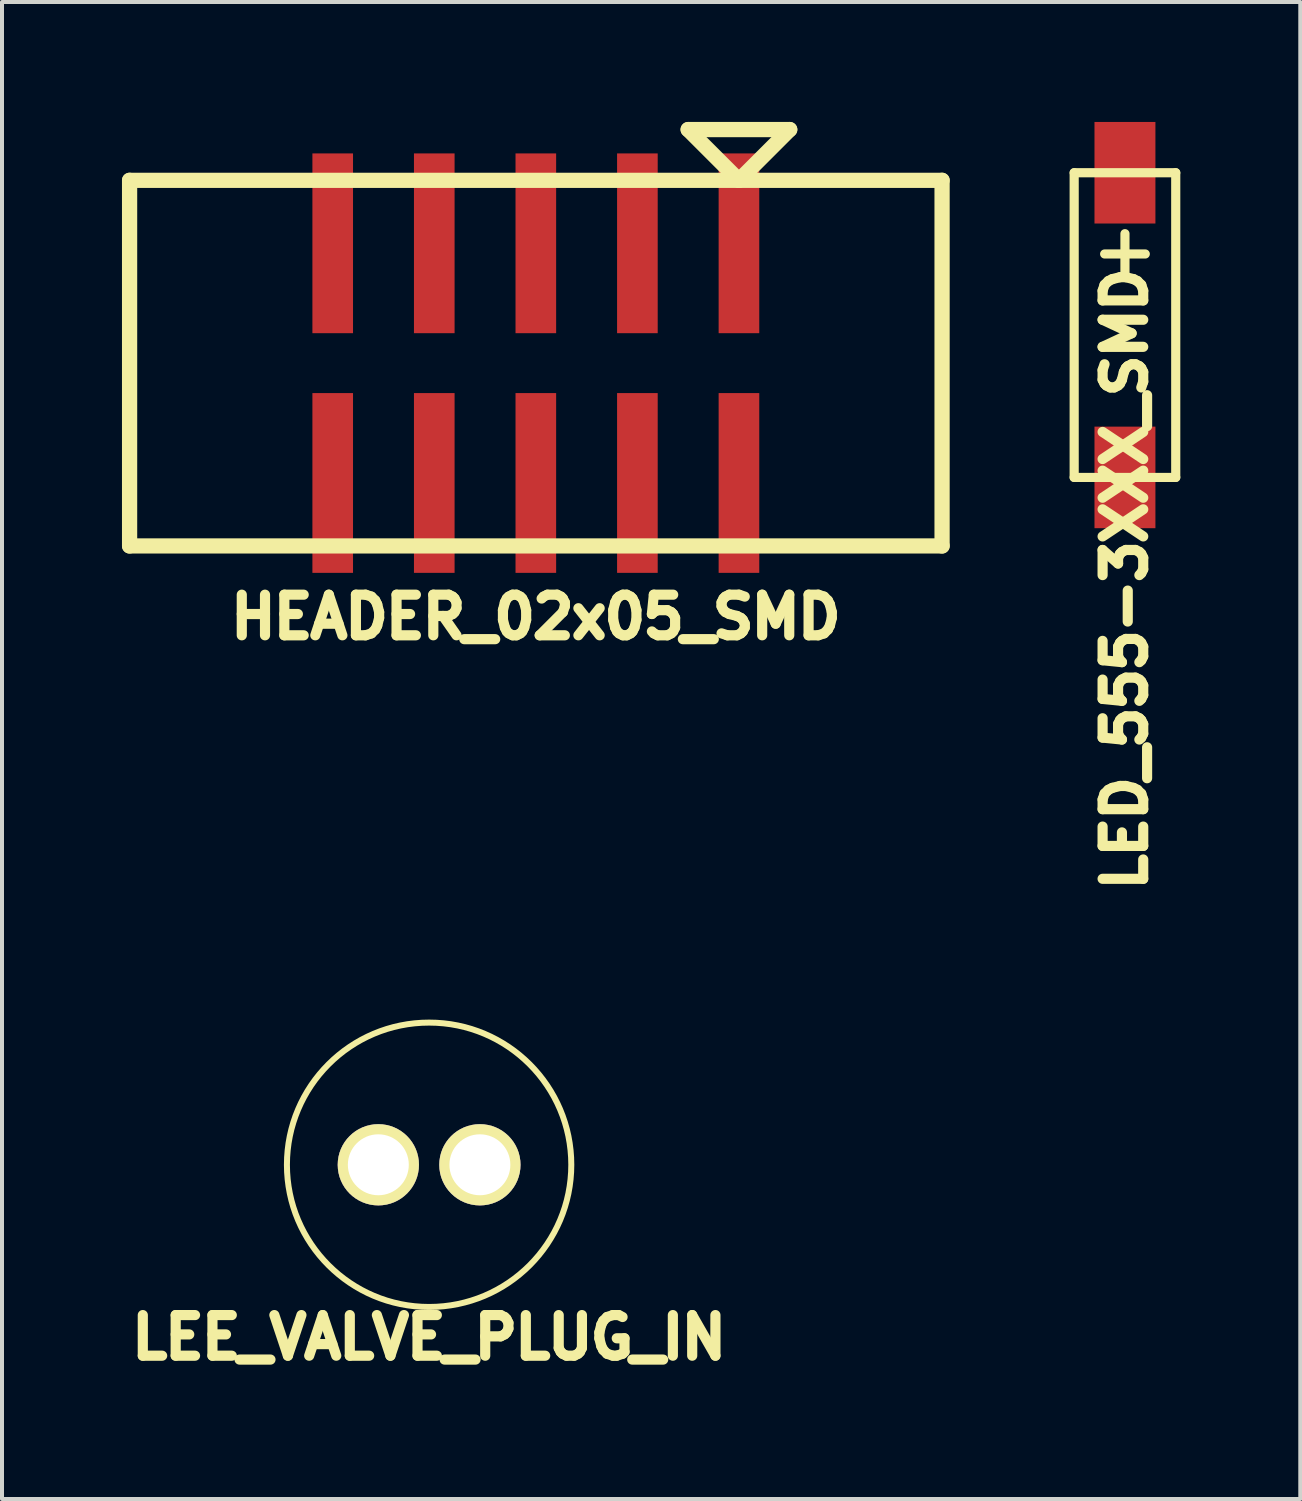
<source format=kicad_pcb>
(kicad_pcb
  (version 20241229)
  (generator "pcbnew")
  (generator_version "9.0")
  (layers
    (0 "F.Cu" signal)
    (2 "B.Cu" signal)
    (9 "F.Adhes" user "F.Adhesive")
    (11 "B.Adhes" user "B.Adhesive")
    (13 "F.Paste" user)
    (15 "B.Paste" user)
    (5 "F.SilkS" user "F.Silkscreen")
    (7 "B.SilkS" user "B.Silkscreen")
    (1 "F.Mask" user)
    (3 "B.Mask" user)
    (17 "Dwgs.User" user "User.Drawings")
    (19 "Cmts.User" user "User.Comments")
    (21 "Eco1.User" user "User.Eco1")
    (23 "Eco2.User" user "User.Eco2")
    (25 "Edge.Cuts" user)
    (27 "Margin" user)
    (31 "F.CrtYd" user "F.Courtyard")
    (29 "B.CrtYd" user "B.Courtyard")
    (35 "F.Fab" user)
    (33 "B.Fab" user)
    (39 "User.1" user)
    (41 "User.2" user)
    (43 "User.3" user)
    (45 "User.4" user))
  (footprint "LEE_VALVE_PLUG_IN"
    (layer "F.Cu")
    (at 7.682 26.081)
    (property "Reference" "LEE_VALVE_PLUG_IN" (at 0 4.318 0) (layer "F.SilkS") (effects (font (size 1.016 1.016) (thickness 0.254))))
    (attr through_hole)
    (fp_circle (center 0 0) (end 0 -3.556) (stroke (width 0.15) (type solid)) (fill no) (layer "F.SilkS"))
    (pad "1" thru_hole circle (at -1.27 0) (size 2.032 2.032) (drill 1.524) (layers "*.Cu" "*.Mask" "F.SilkS"))
    (pad "2" thru_hole circle (at 1.27 0) (size 2.032 2.032) (drill 1.524) (layers "*.Cu" "*.Mask" "F.SilkS")))
  (footprint "LED_555-3XXX_SMD"
    (layer "F.Cu")
    (at 25.085 5.08)
    (property "Reference" "LED_555-3XXX_SMD" (at 0 6.35 90) (layer "F.SilkS") (effects (font (size 1.016 1.016) (thickness 0.254))))
    (attr through_hole)
    (fp_line (start -1.27 -3.81) (end 1.27 -3.81) (stroke (width 0.229) (type solid)) (layer "F.SilkS"))
    (fp_line (start -1.27 3.81) (end -1.27 -3.81) (stroke (width 0.229) (type solid)) (layer "F.SilkS"))
    (fp_line (start -0.508 -1.778) (end 0.508 -1.778) (stroke (width 0.229) (type solid)) (layer "F.SilkS"))
    (fp_line (start 0 -1.27) (end 0 -2.286) (stroke (width 0.229) (type solid)) (layer "F.SilkS"))
    (fp_line (start 1.27 -3.81) (end 1.27 3.81) (stroke (width 0.229) (type solid)) (layer "F.SilkS"))
    (fp_line (start 1.27 3.81) (end -1.27 3.81) (stroke (width 0.229) (type solid)) (layer "F.SilkS"))
    (pad "1" smd rect (at 0 -3.81) (size 1.524 2.54) (layers "F.Cu" "F.Mask" "F.Paste"))
    (pad "2" smd rect (at 0 3.81) (size 1.524 2.54) (layers "F.Cu" "F.Mask" "F.Paste")))
  (footprint "HEADER_02x05_SMD"
    (layer "F.Cu")
    (at 10.351 6.032)
    (property "Reference" "HEADER_02x05_SMD" (at 0 6.35 0) (layer "F.SilkS") (effects (font (size 1.016 1.016) (thickness 0.254))))
    (attr through_hole)
    (fp_line (start -10.16 -4.572) (end -10.16 4.572) (stroke (width 0.381) (type solid)) (layer "F.SilkS"))
    (fp_line (start -10.16 -4.572) (end 10.16 -4.572) (stroke (width 0.381) (type solid)) (layer "F.SilkS"))
    (fp_line (start -10.16 4.572) (end 10.16 4.572) (stroke (width 0.381) (type solid)) (layer "F.SilkS"))
    (fp_line (start 3.81 -5.842) (end 5.08 -4.572) (stroke (width 0.381) (type solid)) (layer "F.SilkS"))
    (fp_line (start 5.08 -4.572) (end 6.35 -5.842) (stroke (width 0.381) (type solid)) (layer "F.SilkS"))
    (fp_line (start 6.35 -5.842) (end 3.81 -5.842) (stroke (width 0.381) (type solid)) (layer "F.SilkS"))
    (fp_line (start 10.16 -4.572) (end 10.16 4.572) (stroke (width 0.381) (type solid)) (layer "F.SilkS"))
    (pad "1" smd rect (at 5.08 -2.997) (size 1.016 4.496) (layers "F.Cu" "F.Mask" "F.Paste"))
    (pad "2" smd rect (at 5.08 2.997) (size 1.016 4.496) (layers "F.Cu" "F.Mask" "F.Paste"))
    (pad "3" smd rect (at 2.54 -2.997) (size 1.016 4.496) (layers "F.Cu" "F.Mask" "F.Paste"))
    (pad "4" smd rect (at 2.54 2.997) (size 1.016 4.496) (layers "F.Cu" "F.Mask" "F.Paste"))
    (pad "5" smd rect (at 0 -2.997) (size 1.016 4.496) (layers "F.Cu" "F.Mask" "F.Paste"))
    (pad "6" smd rect (at 0 2.997) (size 1.016 4.496) (layers "F.Cu" "F.Mask" "F.Paste"))
    (pad "7" smd rect (at -2.54 -2.997) (size 1.016 4.496) (layers "F.Cu" "F.Mask" "F.Paste"))
    (pad "8" smd rect (at -2.54 2.997) (size 1.016 4.496) (layers "F.Cu" "F.Mask" "F.Paste"))
    (pad "9" smd rect (at -5.08 -2.997) (size 1.016 4.496) (layers "F.Cu" "F.Mask" "F.Paste"))
    (pad "10" smd rect (at -5.08 2.997) (size 1.016 4.496) (layers "F.Cu" "F.Mask" "F.Paste")))
  (gr_rect
    (start -3 -3)
    (end 29.47 34.439)
    (stroke (width 0.1) (type default))
    (fill no)
    (layer "Edge.Cuts")))
</source>
